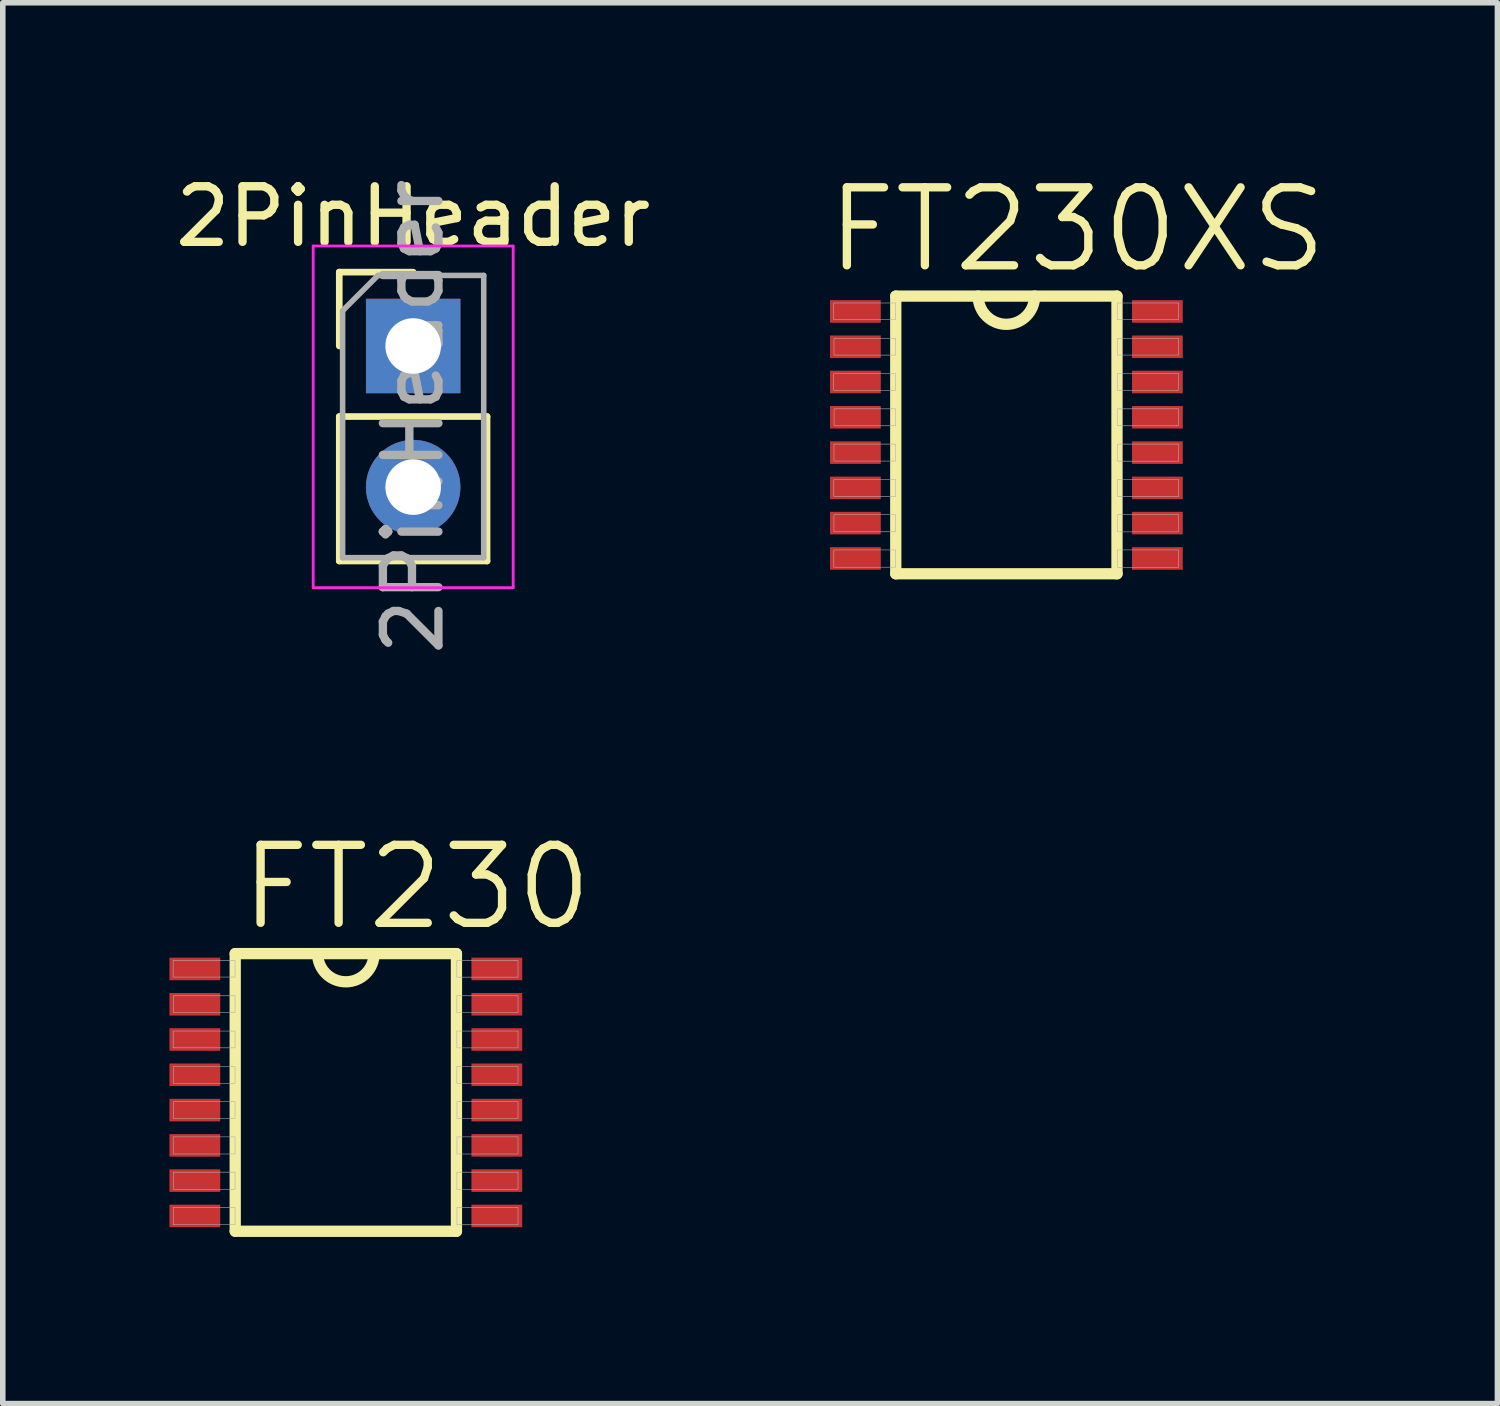
<source format=kicad_pcb>
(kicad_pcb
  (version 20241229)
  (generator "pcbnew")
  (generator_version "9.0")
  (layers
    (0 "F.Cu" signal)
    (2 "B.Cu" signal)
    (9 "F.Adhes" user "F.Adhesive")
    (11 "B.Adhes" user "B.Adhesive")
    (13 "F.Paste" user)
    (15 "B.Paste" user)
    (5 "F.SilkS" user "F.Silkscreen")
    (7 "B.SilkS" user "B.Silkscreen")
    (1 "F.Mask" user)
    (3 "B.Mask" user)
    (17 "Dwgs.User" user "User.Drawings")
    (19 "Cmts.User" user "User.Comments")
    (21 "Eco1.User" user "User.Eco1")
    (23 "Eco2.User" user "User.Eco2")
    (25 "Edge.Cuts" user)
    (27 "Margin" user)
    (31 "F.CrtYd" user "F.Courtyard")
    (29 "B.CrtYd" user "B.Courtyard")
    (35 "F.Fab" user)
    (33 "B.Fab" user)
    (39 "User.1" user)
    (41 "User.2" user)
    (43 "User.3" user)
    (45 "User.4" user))
  (footprint "FT230XS"
    (layer "F.Cu")
    (at 15.065 4.779)
    (property "Reference" "FT230XS" (at 1.274 -3.695 0) (layer "F.SilkS") (effects (font (size 1.404 1.404) (thickness 0.15))))
    (attr through_hole)
    (fp_line (start -1.991 -2.499) (end -1.991 2.499) (stroke (width 0.203) (type solid)) (layer "F.SilkS"))
    (fp_line (start -1.991 2.499) (end 1.991 2.499) (stroke (width 0.203) (type solid)) (layer "F.SilkS"))
    (fp_line (start 1.991 -2.499) (end -1.991 -2.499) (stroke (width 0.203) (type solid)) (layer "F.SilkS"))
    (fp_line (start 1.991 2.499) (end 1.991 -2.499) (stroke (width 0.203) (type solid)) (layer "F.SilkS"))
    (fp_arc (start 0.508 -2.49932) (mid 0 -1.99132) (end -0.508 -2.49932) (stroke (width 0.2032) (type solid)) (layer "F.SilkS"))
    (fp_poly (pts (xy -3.109 -2.375) (xy -1.994 -2.375) (xy -1.994 -2.077) (xy -3.109 -2.077)) (stroke (width 0.01) (type solid)) (fill no) (layer "F.Fab"))
    (fp_poly (pts (xy -3.108 -1.105) (xy -1.994 -1.105) (xy -1.994 -0.803) (xy -3.108 -0.803)) (stroke (width 0.01) (type solid)) (fill no) (layer "F.Fab"))
    (fp_poly (pts (xy -3.107 0.8) (xy -1.994 0.8) (xy -1.994 1.108) (xy -3.107 1.108)) (stroke (width 0.01) (type solid)) (fill no) (layer "F.Fab"))
    (fp_poly (pts (xy -3.106 2.07) (xy -1.994 2.07) (xy -1.994 2.381) (xy -3.106 2.381)) (stroke (width 0.01) (type solid)) (fill no) (layer "F.Fab"))
    (fp_poly (pts (xy -3.104 1.435) (xy -1.994 1.435) (xy -1.994 1.743) (xy -3.104 1.743)) (stroke (width 0.01) (type solid)) (fill no) (layer "F.Fab"))
    (fp_poly (pts (xy -3.103 -1.74) (xy -1.994 -1.74) (xy -1.994 -1.437) (xy -3.103 -1.437)) (stroke (width 0.01) (type solid)) (fill no) (layer "F.Fab"))
    (fp_poly (pts (xy -3.103 0.165) (xy -1.994 0.165) (xy -1.994 0.47) (xy -3.103 0.47)) (stroke (width 0.01) (type solid)) (fill no) (layer "F.Fab"))
    (fp_poly (pts (xy -3.102 -0.47) (xy -1.994 -0.47) (xy -1.994 -0.165) (xy -3.102 -0.165)) (stroke (width 0.01) (type solid)) (fill no) (layer "F.Fab"))
    (fp_poly (pts (xy 1.998 -0.47) (xy 3.099 -0.47) (xy 3.099 -0.165) (xy 1.998 -0.165)) (stroke (width 0.01) (type solid)) (fill no) (layer "F.Fab"))
    (fp_poly (pts (xy 1.998 -1.74) (xy 3.099 -1.74) (xy 3.099 -1.438) (xy 1.998 -1.438)) (stroke (width 0.01) (type solid)) (fill no) (layer "F.Fab"))
    (fp_poly (pts (xy 1.998 -2.375) (xy 3.099 -2.375) (xy 3.099 -2.075) (xy 1.998 -2.075)) (stroke (width 0.01) (type solid)) (fill no) (layer "F.Fab"))
    (fp_poly (pts (xy 1.998 -1.105) (xy 3.099 -1.105) (xy 3.099 -0.802) (xy 1.998 -0.802)) (stroke (width 0.01) (type solid)) (fill no) (layer "F.Fab"))
    (fp_poly (pts (xy 1.999 1.435) (xy 3.099 1.435) (xy 3.099 1.745) (xy 1.999 1.745)) (stroke (width 0.01) (type solid)) (fill no) (layer "F.Fab"))
    (fp_poly (pts (xy 2 0.8) (xy 3.099 0.8) (xy 3.099 1.108) (xy 2 1.108)) (stroke (width 0.01) (type solid)) (fill no) (layer "F.Fab"))
    (fp_poly (pts (xy 2 2.07) (xy 3.099 2.07) (xy 3.099 2.382) (xy 2 2.382)) (stroke (width 0.01) (type solid)) (fill no) (layer "F.Fab"))
    (fp_poly (pts (xy 2.001 0.165) (xy 3.099 0.165) (xy 3.099 0.472) (xy 2.001 0.472)) (stroke (width 0.01) (type solid)) (fill no) (layer "F.Fab"))
    (pad "1" smd rect (at -2.718 -2.223) (size 0.914 0.406) (layers "F.Cu" "F.Mask" "F.Paste"))
    (pad "2" smd rect (at -2.718 -1.587) (size 0.914 0.406) (layers "F.Cu" "F.Mask" "F.Paste"))
    (pad "3" smd rect (at -2.718 -0.953) (size 0.914 0.406) (layers "F.Cu" "F.Mask" "F.Paste"))
    (pad "4" smd rect (at -2.718 -0.318) (size 0.914 0.406) (layers "F.Cu" "F.Mask" "F.Paste"))
    (pad "5" smd rect (at -2.718 0.318) (size 0.914 0.406) (layers "F.Cu" "F.Mask" "F.Paste"))
    (pad "6" smd rect (at -2.718 0.953) (size 0.914 0.406) (layers "F.Cu" "F.Mask" "F.Paste"))
    (pad "7" smd rect (at -2.718 1.587) (size 0.914 0.406) (layers "F.Cu" "F.Mask" "F.Paste"))
    (pad "8" smd rect (at -2.718 2.223) (size 0.914 0.406) (layers "F.Cu" "F.Mask" "F.Paste"))
    (pad "9" smd rect (at 2.718 2.223) (size 0.914 0.406) (layers "F.Cu" "F.Mask" "F.Paste"))
    (pad "10" smd rect (at 2.718 1.587) (size 0.914 0.406) (layers "F.Cu" "F.Mask" "F.Paste"))
    (pad "11" smd rect (at 2.718 0.953) (size 0.914 0.406) (layers "F.Cu" "F.Mask" "F.Paste"))
    (pad "12" smd rect (at 2.718 0.318) (size 0.914 0.406) (layers "F.Cu" "F.Mask" "F.Paste"))
    (pad "13" smd rect (at 2.718 -0.318) (size 0.914 0.406) (layers "F.Cu" "F.Mask" "F.Paste"))
    (pad "14" smd rect (at 2.718 -0.953) (size 0.914 0.406) (layers "F.Cu" "F.Mask" "F.Paste"))
    (pad "15" smd rect (at 2.718 -1.587) (size 0.914 0.406) (layers "F.Cu" "F.Mask" "F.Paste"))
    (pad "16" smd rect (at 2.718 -2.223) (size 0.914 0.406) (layers "F.Cu" "F.Mask" "F.Paste")))
  (footprint "FT230"
    (layer "F.Cu")
    (at 3.175 16.614)
    (property "Reference" "FT230" (at 1.274 -3.695 0) (layer "F.SilkS") (effects (font (size 1.404 1.404) (thickness 0.15))))
    (attr through_hole)
    (fp_line (start -1.991 -2.499) (end -1.991 2.499) (stroke (width 0.203) (type solid)) (layer "F.SilkS"))
    (fp_line (start -1.991 2.499) (end 1.991 2.499) (stroke (width 0.203) (type solid)) (layer "F.SilkS"))
    (fp_line (start 1.991 -2.499) (end -1.991 -2.499) (stroke (width 0.203) (type solid)) (layer "F.SilkS"))
    (fp_line (start 1.991 2.499) (end 1.991 -2.499) (stroke (width 0.203) (type solid)) (layer "F.SilkS"))
    (fp_arc (start 0.508 -2.49932) (mid 0 -1.99132) (end -0.508 -2.49932) (stroke (width 0.2032) (type solid)) (layer "F.SilkS"))
    (fp_poly (pts (xy -3.109 -2.375) (xy -1.994 -2.375) (xy -1.994 -2.077) (xy -3.109 -2.077)) (stroke (width 0.01) (type solid)) (fill no) (layer "F.Fab"))
    (fp_poly (pts (xy -3.108 -1.105) (xy -1.994 -1.105) (xy -1.994 -0.803) (xy -3.108 -0.803)) (stroke (width 0.01) (type solid)) (fill no) (layer "F.Fab"))
    (fp_poly (pts (xy -3.107 0.8) (xy -1.994 0.8) (xy -1.994 1.108) (xy -3.107 1.108)) (stroke (width 0.01) (type solid)) (fill no) (layer "F.Fab"))
    (fp_poly (pts (xy -3.106 2.07) (xy -1.994 2.07) (xy -1.994 2.381) (xy -3.106 2.381)) (stroke (width 0.01) (type solid)) (fill no) (layer "F.Fab"))
    (fp_poly (pts (xy -3.104 1.435) (xy -1.994 1.435) (xy -1.994 1.743) (xy -3.104 1.743)) (stroke (width 0.01) (type solid)) (fill no) (layer "F.Fab"))
    (fp_poly (pts (xy -3.103 -1.74) (xy -1.994 -1.74) (xy -1.994 -1.437) (xy -3.103 -1.437)) (stroke (width 0.01) (type solid)) (fill no) (layer "F.Fab"))
    (fp_poly (pts (xy -3.103 0.165) (xy -1.994 0.165) (xy -1.994 0.47) (xy -3.103 0.47)) (stroke (width 0.01) (type solid)) (fill no) (layer "F.Fab"))
    (fp_poly (pts (xy -3.102 -0.47) (xy -1.994 -0.47) (xy -1.994 -0.165) (xy -3.102 -0.165)) (stroke (width 0.01) (type solid)) (fill no) (layer "F.Fab"))
    (fp_poly (pts (xy 1.998 -0.47) (xy 3.099 -0.47) (xy 3.099 -0.165) (xy 1.998 -0.165)) (stroke (width 0.01) (type solid)) (fill no) (layer "F.Fab"))
    (fp_poly (pts (xy 1.998 -1.74) (xy 3.099 -1.74) (xy 3.099 -1.438) (xy 1.998 -1.438)) (stroke (width 0.01) (type solid)) (fill no) (layer "F.Fab"))
    (fp_poly (pts (xy 1.998 -2.375) (xy 3.099 -2.375) (xy 3.099 -2.075) (xy 1.998 -2.075)) (stroke (width 0.01) (type solid)) (fill no) (layer "F.Fab"))
    (fp_poly (pts (xy 1.998 -1.105) (xy 3.099 -1.105) (xy 3.099 -0.802) (xy 1.998 -0.802)) (stroke (width 0.01) (type solid)) (fill no) (layer "F.Fab"))
    (fp_poly (pts (xy 1.999 1.435) (xy 3.099 1.435) (xy 3.099 1.745) (xy 1.999 1.745)) (stroke (width 0.01) (type solid)) (fill no) (layer "F.Fab"))
    (fp_poly (pts (xy 2 0.8) (xy 3.099 0.8) (xy 3.099 1.108) (xy 2 1.108)) (stroke (width 0.01) (type solid)) (fill no) (layer "F.Fab"))
    (fp_poly (pts (xy 2 2.07) (xy 3.099 2.07) (xy 3.099 2.382) (xy 2 2.382)) (stroke (width 0.01) (type solid)) (fill no) (layer "F.Fab"))
    (fp_poly (pts (xy 2.001 0.165) (xy 3.099 0.165) (xy 3.099 0.472) (xy 2.001 0.472)) (stroke (width 0.01) (type solid)) (fill no) (layer "F.Fab"))
    (pad "1" smd rect (at -2.718 -2.223) (size 0.914 0.406) (layers "F.Cu" "F.Mask" "F.Paste"))
    (pad "2" smd rect (at -2.718 -1.587) (size 0.914 0.406) (layers "F.Cu" "F.Mask" "F.Paste"))
    (pad "3" smd rect (at -2.718 -0.953) (size 0.914 0.406) (layers "F.Cu" "F.Mask" "F.Paste"))
    (pad "4" smd rect (at -2.718 -0.318) (size 0.914 0.406) (layers "F.Cu" "F.Mask" "F.Paste"))
    (pad "5" smd rect (at -2.718 0.318) (size 0.914 0.406) (layers "F.Cu" "F.Mask" "F.Paste"))
    (pad "6" smd rect (at -2.718 0.953) (size 0.914 0.406) (layers "F.Cu" "F.Mask" "F.Paste"))
    (pad "7" smd rect (at -2.718 1.587) (size 0.914 0.406) (layers "F.Cu" "F.Mask" "F.Paste"))
    (pad "8" smd rect (at -2.718 2.223) (size 0.914 0.406) (layers "F.Cu" "F.Mask" "F.Paste"))
    (pad "9" smd rect (at 2.718 2.223) (size 0.914 0.406) (layers "F.Cu" "F.Mask" "F.Paste"))
    (pad "10" smd rect (at 2.718 1.587) (size 0.914 0.406) (layers "F.Cu" "F.Mask" "F.Paste"))
    (pad "11" smd rect (at 2.718 0.953) (size 0.914 0.406) (layers "F.Cu" "F.Mask" "F.Paste"))
    (pad "12" smd rect (at 2.718 0.318) (size 0.914 0.406) (layers "F.Cu" "F.Mask" "F.Paste"))
    (pad "13" smd rect (at 2.718 -0.318) (size 0.914 0.406) (layers "F.Cu" "F.Mask" "F.Paste"))
    (pad "14" smd rect (at 2.718 -0.953) (size 0.914 0.406) (layers "F.Cu" "F.Mask" "F.Paste"))
    (pad "15" smd rect (at 2.718 -1.587) (size 0.914 0.406) (layers "F.Cu" "F.Mask" "F.Paste"))
    (pad "16" smd rect (at 2.718 -2.223) (size 0.914 0.406) (layers "F.Cu" "F.Mask" "F.Paste")))
  (footprint "2PinHeader"
    (layer "F.Cu")
    (at 4.387 3.178)
    (property "Reference" "2PinHeader" (at 0 -2.33 0) (layer "F.SilkS") (effects (font (size 1 1) (thickness 0.15))))
    (attr through_hole)
    (fp_line (start -1.33 -1.33) (end 0 -1.33) (stroke (width 0.12) (type solid)) (layer "F.SilkS"))
    (fp_line (start -1.33 0) (end -1.33 -1.33) (stroke (width 0.12) (type solid)) (layer "F.SilkS"))
    (fp_line (start -1.33 1.27) (end -1.33 3.87) (stroke (width 0.12) (type solid)) (layer "F.SilkS"))
    (fp_line (start -1.33 1.27) (end 1.33 1.27) (stroke (width 0.12) (type solid)) (layer "F.SilkS"))
    (fp_line (start -1.33 3.87) (end 1.33 3.87) (stroke (width 0.12) (type solid)) (layer "F.SilkS"))
    (fp_line (start 1.33 1.27) (end 1.33 3.87) (stroke (width 0.12) (type solid)) (layer "F.SilkS"))
    (fp_line (start -1.8 -1.8) (end -1.8 4.35) (stroke (width 0.05) (type solid)) (layer "F.CrtYd"))
    (fp_line (start -1.8 4.35) (end 1.8 4.35) (stroke (width 0.05) (type solid)) (layer "F.CrtYd"))
    (fp_line (start 1.8 -1.8) (end -1.8 -1.8) (stroke (width 0.05) (type solid)) (layer "F.CrtYd"))
    (fp_line (start 1.8 4.35) (end 1.8 -1.8) (stroke (width 0.05) (type solid)) (layer "F.CrtYd"))
    (fp_line (start -1.27 -0.635) (end -0.635 -1.27) (stroke (width 0.1) (type solid)) (layer "F.Fab"))
    (fp_line (start -1.27 3.81) (end -1.27 -0.635) (stroke (width 0.1) (type solid)) (layer "F.Fab"))
    (fp_line (start -0.635 -1.27) (end 1.27 -1.27) (stroke (width 0.1) (type solid)) (layer "F.Fab"))
    (fp_line (start 1.27 -1.27) (end 1.27 3.81) (stroke (width 0.1) (type solid)) (layer "F.Fab"))
    (fp_line (start 1.27 3.81) (end -1.27 3.81) (stroke (width 0.1) (type solid)) (layer "F.Fab"))
    (fp_text user "${REFERENCE}" (at 0 1.27 90) (layer "F.Fab") (effects (font (size 1 1) (thickness 0.15))))
    (pad "1" thru_hole rect (at 0 0) (size 1.7 1.7) (drill 1) (layers "*.Cu" "*.Mask"))
    (pad "2" thru_hole oval (at 0 2.54) (size 1.7 1.7) (drill 1) (layers "*.Cu" "*.Mask")))
  (gr_rect
    (start -3 -3)
    (end 23.904 22.215)
    (stroke (width 0.1) (type default))
    (fill no)
    (layer "Edge.Cuts")))
</source>
